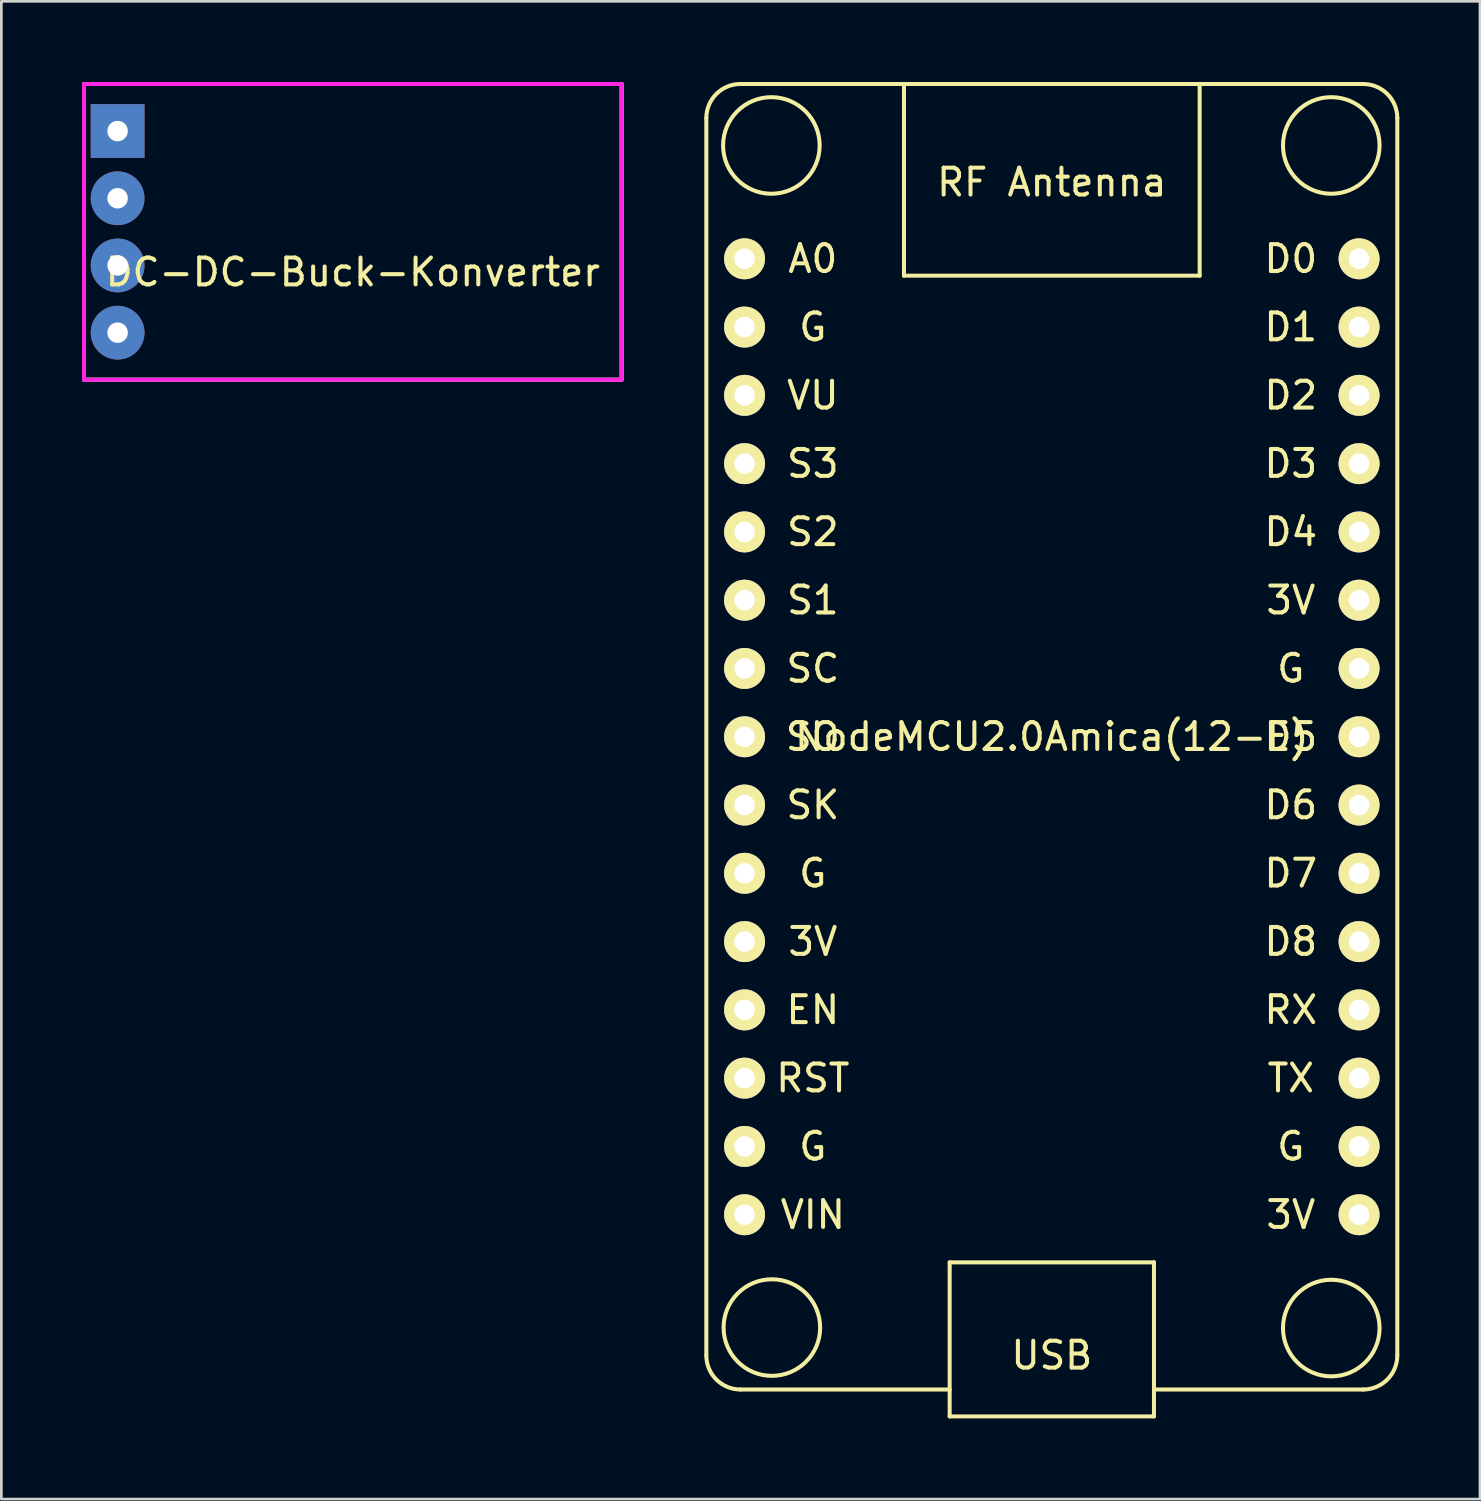
<source format=kicad_pcb>
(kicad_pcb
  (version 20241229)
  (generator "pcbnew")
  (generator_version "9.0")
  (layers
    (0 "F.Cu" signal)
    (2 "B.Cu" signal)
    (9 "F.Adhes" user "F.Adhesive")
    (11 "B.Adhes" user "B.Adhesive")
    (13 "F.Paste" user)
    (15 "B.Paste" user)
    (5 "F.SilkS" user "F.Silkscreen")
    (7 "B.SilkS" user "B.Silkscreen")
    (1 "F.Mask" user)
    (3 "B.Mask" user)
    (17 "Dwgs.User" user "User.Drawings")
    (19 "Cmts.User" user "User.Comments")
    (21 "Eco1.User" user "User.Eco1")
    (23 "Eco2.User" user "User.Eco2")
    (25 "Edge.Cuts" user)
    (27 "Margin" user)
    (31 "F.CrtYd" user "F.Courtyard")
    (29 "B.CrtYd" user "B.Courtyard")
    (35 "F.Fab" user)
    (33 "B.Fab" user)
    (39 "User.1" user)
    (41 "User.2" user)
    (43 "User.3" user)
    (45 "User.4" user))
  (footprint "NodeMCU2.0Amica(12-E)"
    (layer "F.Cu")
    (at 36.077 24.357)
    (property "Reference" "NodeMCU2.0Amica(12-E)" (at 0 0 0) (layer "F.SilkS") (effects (font (size 1 1) (thickness 0.15))))
    (attr through_hole)
    (fp_line (start -12.852 -23.012) (end -12.852 23.012) (stroke (width 0.15) (type solid)) (layer "F.SilkS"))
    (fp_line (start -5.5 -17.152) (end -5.5 -24.282) (stroke (width 0.15) (type solid)) (layer "F.SilkS"))
    (fp_line (start -3.8 19.552) (end 3.8 19.552) (stroke (width 0.15) (type solid)) (layer "F.SilkS"))
    (fp_line (start -3.8 24.282) (end -11.582 24.282) (stroke (width 0.15) (type solid)) (layer "F.SilkS"))
    (fp_line (start -3.8 25.282) (end -3.8 19.552) (stroke (width 0.15) (type solid)) (layer "F.SilkS"))
    (fp_line (start 3.8 19.552) (end 3.8 25.282) (stroke (width 0.15) (type solid)) (layer "F.SilkS"))
    (fp_line (start 3.8 25.282) (end -3.8 25.282) (stroke (width 0.15) (type solid)) (layer "F.SilkS"))
    (fp_line (start 5.5 -24.282) (end 5.5 -17.152) (stroke (width 0.15) (type solid)) (layer "F.SilkS"))
    (fp_line (start 5.5 -17.152) (end -5.5 -17.152) (stroke (width 0.15) (type solid)) (layer "F.SilkS"))
    (fp_line (start 11.582 -24.282) (end -11.582 -24.282) (stroke (width 0.15) (type solid)) (layer "F.SilkS"))
    (fp_line (start 11.582 24.282) (end 3.81 24.282) (stroke (width 0.15) (type solid)) (layer "F.SilkS"))
    (fp_line (start 12.852 -23.012) (end 12.852 23.012) (stroke (width 0.15) (type solid)) (layer "F.SilkS"))
    (fp_arc (start -12.8524 -23.0124) (mid -12.480426 -23.910426) (end -11.5824 -24.2824) (stroke (width 0.15) (type solid)) (layer "F.SilkS"))
    (fp_arc (start -11.5824 24.2824) (mid -12.480426 23.910426) (end -12.8524 23.0124) (stroke (width 0.15) (type solid)) (layer "F.SilkS"))
    (fp_arc (start 11.5824 -24.2824) (mid 12.480426 -23.910426) (end 12.8524 -23.0124) (stroke (width 0.15) (type solid)) (layer "F.SilkS"))
    (fp_arc (start 12.8524 23.0124) (mid 12.480426 23.910426) (end 11.5824 24.2824) (stroke (width 0.15) (type solid)) (layer "F.SilkS"))
    (fp_circle (center -10.432 -21.996) (end -9.162 -23.266) (stroke (width 0.15) (type solid)) (fill no) (layer "F.SilkS"))
    (fp_circle (center -10.414 21.978) (end -9.144 20.708) (stroke (width 0.15) (type solid)) (fill no) (layer "F.SilkS"))
    (fp_circle (center 10.396 -21.996) (end 11.666 -23.266) (stroke (width 0.15) (type solid)) (fill no) (layer "F.SilkS"))
    (fp_circle (center 10.396 21.996) (end 11.666 20.726) (stroke (width 0.15) (type solid)) (fill no) (layer "F.SilkS"))
    (fp_text user "VIN" (at -8.89 17.78 0) (layer "F.SilkS") (effects (font (size 1 1) (thickness 0.15))))
    (fp_text user "SK" (at -8.89 2.54 0) (layer "F.SilkS") (effects (font (size 1 1) (thickness 0.15))))
    (fp_text user "D5" (at 8.89 0 0) (layer "F.SilkS") (effects (font (size 1 1) (thickness 0.15))))
    (fp_text user "USB" (at 0 23.012 0) (layer "F.SilkS") (effects (font (size 1 1) (thickness 0.15))))
    (fp_text user "SO" (at -8.89 0 0) (layer "F.SilkS") (effects (font (size 1 1) (thickness 0.15))))
    (fp_text user "G" (at 8.89 -2.54 0) (layer "F.SilkS") (effects (font (size 1 1) (thickness 0.15))))
    (fp_text user "D7" (at 8.89 5.08 0) (layer "F.SilkS") (effects (font (size 1 1) (thickness 0.15))))
    (fp_text user "G" (at -8.89 5.08 0) (layer "F.SilkS") (effects (font (size 1 1) (thickness 0.15))))
    (fp_text user "TX" (at 8.89 12.7 0) (layer "F.SilkS") (effects (font (size 1 1) (thickness 0.15))))
    (fp_text user "D4" (at 8.89 -7.62 0) (layer "F.SilkS") (effects (font (size 1 1) (thickness 0.15))))
    (fp_text user "SC" (at -8.89 -2.54 0) (layer "F.SilkS") (effects (font (size 1 1) (thickness 0.15))))
    (fp_text user "RF Antenna" (at 0 -20.625 0) (layer "F.SilkS") (effects (font (size 1 1) (thickness 0.15))))
    (fp_text user "D3" (at 8.89 -10.16 0) (layer "F.SilkS") (effects (font (size 1 1) (thickness 0.15))))
    (fp_text user "G" (at -8.89 15.24 0) (layer "F.SilkS") (effects (font (size 1 1) (thickness 0.15))))
    (fp_text user "3V" (at 8.89 17.78 0) (layer "F.SilkS") (effects (font (size 1 1) (thickness 0.15))))
    (fp_text user "D6" (at 8.89 2.54 0) (layer "F.SilkS") (effects (font (size 1 1) (thickness 0.15))))
    (fp_text user "VU" (at -8.89 -12.7 0) (layer "F.SilkS") (effects (font (size 1 1) (thickness 0.15))))
    (fp_text user "D0" (at 8.89 -17.78 0) (layer "F.SilkS") (effects (font (size 1 1) (thickness 0.15))))
    (fp_text user "S1" (at -8.89 -5.08 0) (layer "F.SilkS") (effects (font (size 1 1) (thickness 0.15))))
    (fp_text user "3V" (at 8.89 -5.08 0) (layer "F.SilkS") (effects (font (size 1 1) (thickness 0.15))))
    (fp_text user "RST" (at -8.89 12.7 0) (layer "F.SilkS") (effects (font (size 1 1) (thickness 0.15))))
    (fp_text user "D1" (at 8.89 -15.24 0) (layer "F.SilkS") (effects (font (size 1 1) (thickness 0.15))))
    (fp_text user "G" (at -8.89 -15.24 0) (layer "F.SilkS") (effects (font (size 1 1) (thickness 0.15))))
    (fp_text user "D8" (at 8.89 7.62 0) (layer "F.SilkS") (effects (font (size 1 1) (thickness 0.15))))
    (fp_text user "3V" (at -8.89 7.62 0) (layer "F.SilkS") (effects (font (size 1 1) (thickness 0.15))))
    (fp_text user "S3" (at -8.89 -10.16 0) (layer "F.SilkS") (effects (font (size 1 1) (thickness 0.15))))
    (fp_text user "A0" (at -8.89 -17.78 0) (layer "F.SilkS") (effects (font (size 1 1) (thickness 0.15))))
    (fp_text user "D2" (at 8.89 -12.7 0) (layer "F.SilkS") (effects (font (size 1 1) (thickness 0.15))))
    (fp_text user "RX" (at 8.89 10.16 0) (layer "F.SilkS") (effects (font (size 1 1) (thickness 0.15))))
    (fp_text user "EN" (at -8.89 10.16 0) (layer "F.SilkS") (effects (font (size 1 1) (thickness 0.15))))
    (fp_text user "S2" (at -8.89 -7.62 0) (layer "F.SilkS") (effects (font (size 1 1) (thickness 0.15))))
    (fp_text user "G" (at 8.89 15.24 0) (layer "F.SilkS") (effects (font (size 1 1) (thickness 0.15))))
    (pad "1" thru_hole circle (at -11.43 -17.78) (size 1.524 1.524) (drill 0.762) (layers "*.Cu" "*.Mask" "F.SilkS"))
    (pad "2" thru_hole circle (at -11.43 -15.24) (size 1.524 1.524) (drill 0.762) (layers "*.Cu" "*.Mask" "F.SilkS"))
    (pad "3" thru_hole circle (at -11.43 -12.7) (size 1.524 1.524) (drill 0.762) (layers "*.Cu" "*.Mask" "F.SilkS"))
    (pad "4" thru_hole circle (at -11.43 -10.16) (size 1.524 1.524) (drill 0.762) (layers "*.Cu" "*.Mask" "F.SilkS"))
    (pad "5" thru_hole circle (at -11.43 -7.62) (size 1.524 1.524) (drill 0.762) (layers "*.Cu" "*.Mask" "F.SilkS"))
    (pad "6" thru_hole circle (at -11.43 -5.08) (size 1.524 1.524) (drill 0.762) (layers "*.Cu" "*.Mask" "F.SilkS"))
    (pad "7" thru_hole circle (at -11.43 -2.54) (size 1.524 1.524) (drill 0.762) (layers "*.Cu" "*.Mask" "F.SilkS"))
    (pad "8" thru_hole circle (at -11.43 0) (size 1.524 1.524) (drill 0.762) (layers "*.Cu" "*.Mask" "F.SilkS"))
    (pad "9" thru_hole circle (at -11.43 2.54) (size 1.524 1.524) (drill 0.762) (layers "*.Cu" "*.Mask" "F.SilkS"))
    (pad "10" thru_hole circle (at -11.43 5.08) (size 1.524 1.524) (drill 0.762) (layers "*.Cu" "*.Mask" "F.SilkS"))
    (pad "11" thru_hole circle (at -11.43 7.62) (size 1.524 1.524) (drill 0.762) (layers "*.Cu" "*.Mask" "F.SilkS"))
    (pad "12" thru_hole circle (at -11.43 10.16) (size 1.524 1.524) (drill 0.762) (layers "*.Cu" "*.Mask" "F.SilkS"))
    (pad "13" thru_hole circle (at -11.43 12.7) (size 1.524 1.524) (drill 0.762) (layers "*.Cu" "*.Mask" "F.SilkS"))
    (pad "14" thru_hole circle (at -11.43 15.24) (size 1.524 1.524) (drill 0.762) (layers "*.Cu" "*.Mask" "F.SilkS"))
    (pad "15" thru_hole circle (at -11.43 17.78) (size 1.524 1.524) (drill 0.762) (layers "*.Cu" "*.Mask" "F.SilkS"))
    (pad "16" thru_hole circle (at 11.43 17.78) (size 1.524 1.524) (drill 0.762) (layers "*.Cu" "*.Mask" "F.SilkS"))
    (pad "17" thru_hole circle (at 11.43 15.24) (size 1.524 1.524) (drill 0.762) (layers "*.Cu" "*.Mask" "F.SilkS"))
    (pad "18" thru_hole circle (at 11.43 12.7) (size 1.524 1.524) (drill 0.762) (layers "*.Cu" "*.Mask" "F.SilkS"))
    (pad "19" thru_hole circle (at 11.43 10.16) (size 1.524 1.524) (drill 0.762) (layers "*.Cu" "*.Mask" "F.SilkS"))
    (pad "20" thru_hole circle (at 11.43 7.62) (size 1.524 1.524) (drill 0.762) (layers "*.Cu" "*.Mask" "F.SilkS"))
    (pad "21" thru_hole circle (at 11.43 5.08) (size 1.524 1.524) (drill 0.762) (layers "*.Cu" "*.Mask" "F.SilkS"))
    (pad "22" thru_hole circle (at 11.43 2.54) (size 1.524 1.524) (drill 0.762) (layers "*.Cu" "*.Mask" "F.SilkS"))
    (pad "23" thru_hole circle (at 11.43 0) (size 1.524 1.524) (drill 0.762) (layers "*.Cu" "*.Mask" "F.SilkS"))
    (pad "24" thru_hole circle (at 11.43 -2.54) (size 1.524 1.524) (drill 0.762) (layers "*.Cu" "*.Mask" "F.SilkS"))
    (pad "25" thru_hole circle (at 11.43 -5.08) (size 1.524 1.524) (drill 0.762) (layers "*.Cu" "*.Mask" "F.SilkS"))
    (pad "26" thru_hole circle (at 11.43 -7.62) (size 1.524 1.524) (drill 0.762) (layers "*.Cu" "*.Mask" "F.SilkS"))
    (pad "27" thru_hole circle (at 11.43 -10.16) (size 1.524 1.524) (drill 0.762) (layers "*.Cu" "*.Mask" "F.SilkS"))
    (pad "28" thru_hole circle (at 11.43 -12.7) (size 1.524 1.524) (drill 0.762) (layers "*.Cu" "*.Mask" "F.SilkS"))
    (pad "29" thru_hole circle (at 11.43 -15.24) (size 1.524 1.524) (drill 0.762) (layers "*.Cu" "*.Mask" "F.SilkS"))
    (pad "30" thru_hole circle (at 11.43 -17.78) (size 1.524 1.524) (drill 0.762) (layers "*.Cu" "*.Mask" "F.SilkS")))
  (footprint "DC-DC-Buck-Konverter"
    (layer "F.Cu")
    (at 10.075 5.575)
    (property "Reference" "DC-DC-Buck-Konverter" (at 0 1.5 0) (layer "F.SilkS") (effects (font (size 1 1) (thickness 0.15))))
    (attr through_hole)
    (fp_line (start -10 -5.5) (end -10 5.5) (stroke (width 0.15) (type solid)) (layer "F.SilkS"))
    (fp_line (start -10 -5.5) (end 10 -5.5) (stroke (width 0.15) (type solid)) (layer "F.SilkS"))
    (fp_line (start -10 5.5) (end 10 5.5) (stroke (width 0.15) (type solid)) (layer "F.SilkS"))
    (fp_line (start 10 -5.5) (end 10 5.5) (stroke (width 0.15) (type solid)) (layer "F.SilkS"))
    (fp_line (start -10 -5.5) (end -10 5.5) (stroke (width 0.15) (type solid)) (layer "F.CrtYd"))
    (fp_line (start -10 -5.5) (end 10 -5.5) (stroke (width 0.15) (type solid)) (layer "F.CrtYd"))
    (fp_line (start -10 5.5) (end 10 5.5) (stroke (width 0.15) (type solid)) (layer "F.CrtYd"))
    (fp_line (start 10 -5.5) (end 10 5.5) (stroke (width 0.15) (type solid)) (layer "F.CrtYd"))
    (pad "1" thru_hole rect (at -8.75 -3.75) (size 2 2) (drill 0.762) (layers "*.Cu" "*.Mask"))
    (pad "2" thru_hole circle (at -8.75 -1.25) (size 2 2) (drill 0.762) (layers "*.Cu" "*.Mask"))
    (pad "3" thru_hole circle (at -8.75 1.25) (size 2 2) (drill 0.762) (layers "*.Cu" "*.Mask"))
    (pad "4" thru_hole circle (at -8.75 3.75) (size 2 2) (drill 0.762) (layers "*.Cu" "*.Mask")))
  (gr_rect
    (start -3 -3)
    (end 52.005 52.715)
    (stroke (width 0.1) (type default))
    (fill no)
    (layer "Edge.Cuts")))
</source>
